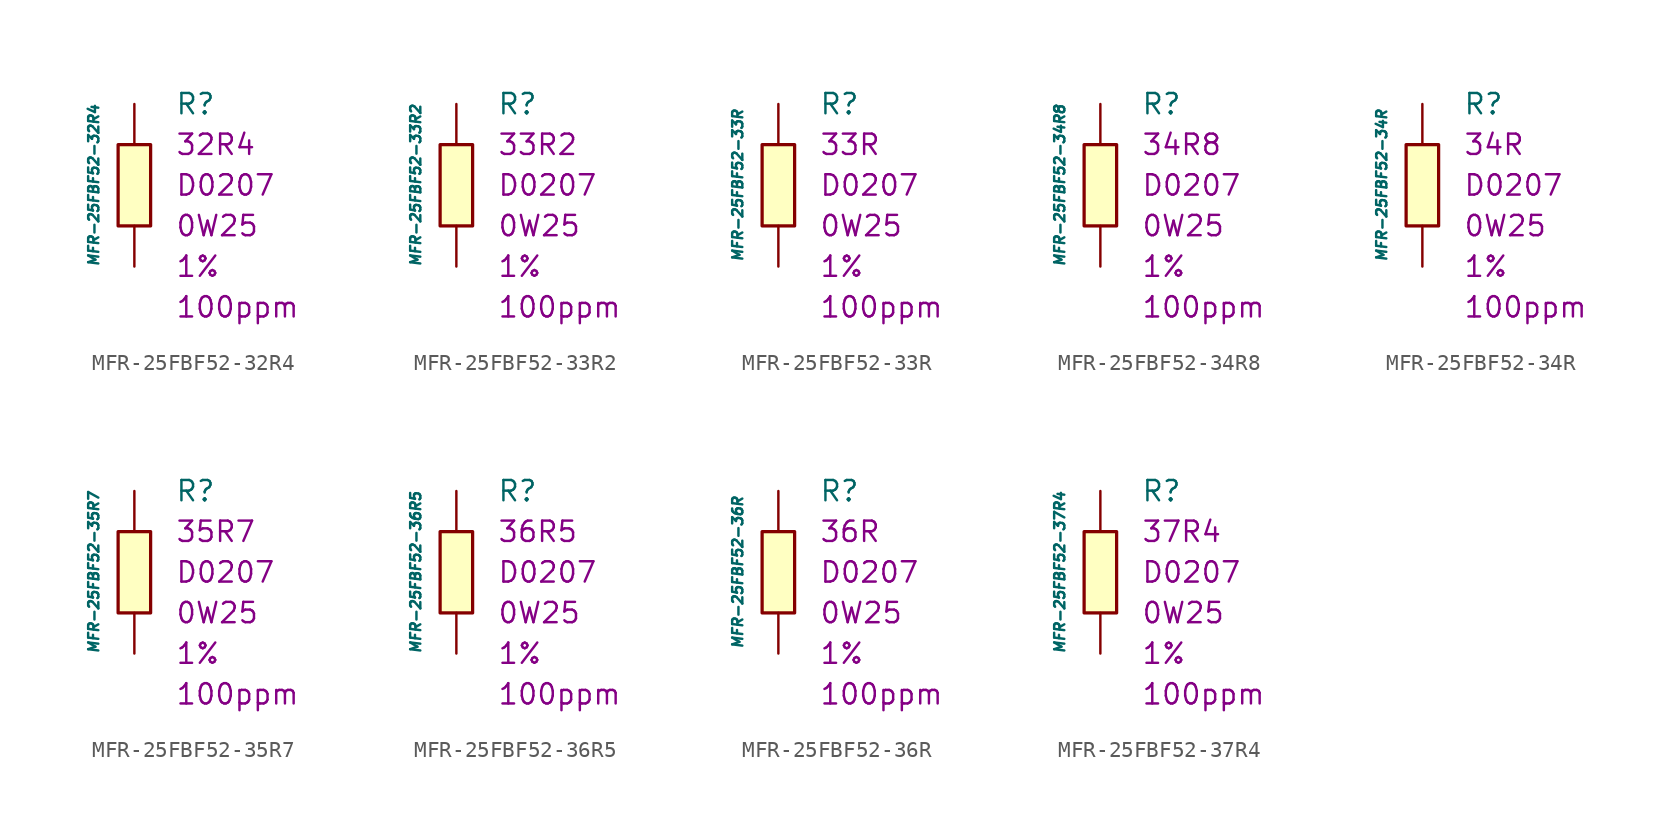
<source format=kicad_sym>
(kicad_symbol_lib
  (version 20211014)
  (generator kicad_symbol_editor)
  (symbol "MFR-25FBF52-32R4"
    (pin_numbers hide)
    (pin_names
      (offset 1.016) hide)
    (property "Reference" "R"
      (at 2.54 5.08 0)
      (effects (font (size 1.27 1.27)) (justify left)))
    (property "Value" "MFR-25FBF52-32R4"
      (at -2.54 0 90)
      (effects (font (size 0.635 0.635) italic)))
    (property "Package" "D0207"
      (at 2.54 0 0)
      (effects (font (size 1.27 1.27)) (justify left)))
    (property "Power" "0W25"
      (at 2.54 -2.54 0)
      (effects (font (size 1.27 1.27)) (justify left)))
    (property "Tolerance" "1%"
      (at 2.54 -5.08 0)
      (effects (font (size 1.27 1.27)) (justify left)))
    (property "TK" "100ppm"
      (at 2.54 -7.62 0)
      (effects (font (size 1.27 1.27)) (justify left)))
    (property "Val" "32R4"
      (at 2.54 2.54 0)
      (effects (font (size 1.27 1.27)) (justify left)))
    (symbol "MFR-25FBF52-32R4_0_1"
      (rectangle (start -1.016 2.54) (end 1.016 -2.54) (stroke (width 0.203) (type default) (color 0 0 0 0)) (fill (type background))))
    (symbol "MFR-25FBF52-32R4_1_1"
      (pin passive line (at 0 5.08 270) (length 2.54) (name "~" (effects (font (size 1.778 1.778)))) (number "1" (effects (font (size 1.778 1.778)))))
      (pin passive line (at 0 -5.08 90) (length 2.54) (name "~" (effects (font (size 1.778 1.778)))) (number "2" (effects (font (size 1.778 1.778)))))))
  (symbol "MFR-25FBF52-33R2"
    (pin_numbers hide)
    (pin_names
      (offset 1.016) hide)
    (property "Reference" "R"
      (at 2.54 5.08 0)
      (effects (font (size 1.27 1.27)) (justify left)))
    (property "Value" "MFR-25FBF52-33R2"
      (at -2.54 0 90)
      (effects (font (size 0.635 0.635) italic)))
    (property "Package" "D0207"
      (at 2.54 0 0)
      (effects (font (size 1.27 1.27)) (justify left)))
    (property "Power" "0W25"
      (at 2.54 -2.54 0)
      (effects (font (size 1.27 1.27)) (justify left)))
    (property "Tolerance" "1%"
      (at 2.54 -5.08 0)
      (effects (font (size 1.27 1.27)) (justify left)))
    (property "TK" "100ppm"
      (at 2.54 -7.62 0)
      (effects (font (size 1.27 1.27)) (justify left)))
    (property "Val" "33R2"
      (at 2.54 2.54 0)
      (effects (font (size 1.27 1.27)) (justify left)))
    (symbol "MFR-25FBF52-33R2_0_1"
      (rectangle (start -1.016 2.54) (end 1.016 -2.54) (stroke (width 0.203) (type default) (color 0 0 0 0)) (fill (type background))))
    (symbol "MFR-25FBF52-33R2_1_1"
      (pin passive line (at 0 5.08 270) (length 2.54) (name "~" (effects (font (size 1.778 1.778)))) (number "1" (effects (font (size 1.778 1.778)))))
      (pin passive line (at 0 -5.08 90) (length 2.54) (name "~" (effects (font (size 1.778 1.778)))) (number "2" (effects (font (size 1.778 1.778)))))))
  (symbol "MFR-25FBF52-33R"
    (pin_numbers hide)
    (pin_names
      (offset 1.016) hide)
    (property "Reference" "R"
      (at 2.54 5.08 0)
      (effects (font (size 1.27 1.27)) (justify left)))
    (property "Value" "MFR-25FBF52-33R"
      (at -2.54 0 90)
      (effects (font (size 0.635 0.635) italic)))
    (property "Package" "D0207"
      (at 2.54 0 0)
      (effects (font (size 1.27 1.27)) (justify left)))
    (property "Power" "0W25"
      (at 2.54 -2.54 0)
      (effects (font (size 1.27 1.27)) (justify left)))
    (property "Tolerance" "1%"
      (at 2.54 -5.08 0)
      (effects (font (size 1.27 1.27)) (justify left)))
    (property "TK" "100ppm"
      (at 2.54 -7.62 0)
      (effects (font (size 1.27 1.27)) (justify left)))
    (property "Val" "33R"
      (at 2.54 2.54 0)
      (effects (font (size 1.27 1.27)) (justify left)))
    (symbol "MFR-25FBF52-33R_0_1"
      (rectangle (start -1.016 2.54) (end 1.016 -2.54) (stroke (width 0.203) (type default) (color 0 0 0 0)) (fill (type background))))
    (symbol "MFR-25FBF52-33R_1_1"
      (pin passive line (at 0 5.08 270) (length 2.54) (name "~" (effects (font (size 1.778 1.778)))) (number "1" (effects (font (size 1.778 1.778)))))
      (pin passive line (at 0 -5.08 90) (length 2.54) (name "~" (effects (font (size 1.778 1.778)))) (number "2" (effects (font (size 1.778 1.778)))))))
  (symbol "MFR-25FBF52-34R8"
    (pin_numbers hide)
    (pin_names
      (offset 1.016) hide)
    (property "Reference" "R"
      (at 2.54 5.08 0)
      (effects (font (size 1.27 1.27)) (justify left)))
    (property "Value" "MFR-25FBF52-34R8"
      (at -2.54 0 90)
      (effects (font (size 0.635 0.635) italic)))
    (property "Package" "D0207"
      (at 2.54 0 0)
      (effects (font (size 1.27 1.27)) (justify left)))
    (property "Power" "0W25"
      (at 2.54 -2.54 0)
      (effects (font (size 1.27 1.27)) (justify left)))
    (property "Tolerance" "1%"
      (at 2.54 -5.08 0)
      (effects (font (size 1.27 1.27)) (justify left)))
    (property "TK" "100ppm"
      (at 2.54 -7.62 0)
      (effects (font (size 1.27 1.27)) (justify left)))
    (property "Val" "34R8"
      (at 2.54 2.54 0)
      (effects (font (size 1.27 1.27)) (justify left)))
    (symbol "MFR-25FBF52-34R8_0_1"
      (rectangle (start -1.016 2.54) (end 1.016 -2.54) (stroke (width 0.203) (type default) (color 0 0 0 0)) (fill (type background))))
    (symbol "MFR-25FBF52-34R8_1_1"
      (pin passive line (at 0 5.08 270) (length 2.54) (name "~" (effects (font (size 1.778 1.778)))) (number "1" (effects (font (size 1.778 1.778)))))
      (pin passive line (at 0 -5.08 90) (length 2.54) (name "~" (effects (font (size 1.778 1.778)))) (number "2" (effects (font (size 1.778 1.778)))))))
  (symbol "MFR-25FBF52-34R"
    (pin_numbers hide)
    (pin_names
      (offset 1.016) hide)
    (property "Reference" "R"
      (at 2.54 5.08 0)
      (effects (font (size 1.27 1.27)) (justify left)))
    (property "Value" "MFR-25FBF52-34R"
      (at -2.54 0 90)
      (effects (font (size 0.635 0.635) italic)))
    (property "Package" "D0207"
      (at 2.54 0 0)
      (effects (font (size 1.27 1.27)) (justify left)))
    (property "Power" "0W25"
      (at 2.54 -2.54 0)
      (effects (font (size 1.27 1.27)) (justify left)))
    (property "Tolerance" "1%"
      (at 2.54 -5.08 0)
      (effects (font (size 1.27 1.27)) (justify left)))
    (property "TK" "100ppm"
      (at 2.54 -7.62 0)
      (effects (font (size 1.27 1.27)) (justify left)))
    (property "Val" "34R"
      (at 2.54 2.54 0)
      (effects (font (size 1.27 1.27)) (justify left)))
    (symbol "MFR-25FBF52-34R_0_1"
      (rectangle (start -1.016 2.54) (end 1.016 -2.54) (stroke (width 0.203) (type default) (color 0 0 0 0)) (fill (type background))))
    (symbol "MFR-25FBF52-34R_1_1"
      (pin passive line (at 0 5.08 270) (length 2.54) (name "~" (effects (font (size 1.778 1.778)))) (number "1" (effects (font (size 1.778 1.778)))))
      (pin passive line (at 0 -5.08 90) (length 2.54) (name "~" (effects (font (size 1.778 1.778)))) (number "2" (effects (font (size 1.778 1.778)))))))
  (symbol "MFR-25FBF52-35R7"
    (pin_numbers hide)
    (pin_names
      (offset 1.016) hide)
    (property "Reference" "R"
      (at 2.54 5.08 0)
      (effects (font (size 1.27 1.27)) (justify left)))
    (property "Value" "MFR-25FBF52-35R7"
      (at -2.54 0 90)
      (effects (font (size 0.635 0.635) italic)))
    (property "Package" "D0207"
      (at 2.54 0 0)
      (effects (font (size 1.27 1.27)) (justify left)))
    (property "Power" "0W25"
      (at 2.54 -2.54 0)
      (effects (font (size 1.27 1.27)) (justify left)))
    (property "Tolerance" "1%"
      (at 2.54 -5.08 0)
      (effects (font (size 1.27 1.27)) (justify left)))
    (property "TK" "100ppm"
      (at 2.54 -7.62 0)
      (effects (font (size 1.27 1.27)) (justify left)))
    (property "Val" "35R7"
      (at 2.54 2.54 0)
      (effects (font (size 1.27 1.27)) (justify left)))
    (symbol "MFR-25FBF52-35R7_0_1"
      (rectangle (start -1.016 2.54) (end 1.016 -2.54) (stroke (width 0.203) (type default) (color 0 0 0 0)) (fill (type background))))
    (symbol "MFR-25FBF52-35R7_1_1"
      (pin passive line (at 0 5.08 270) (length 2.54) (name "~" (effects (font (size 1.778 1.778)))) (number "1" (effects (font (size 1.778 1.778)))))
      (pin passive line (at 0 -5.08 90) (length 2.54) (name "~" (effects (font (size 1.778 1.778)))) (number "2" (effects (font (size 1.778 1.778)))))))
  (symbol "MFR-25FBF52-36R5"
    (pin_numbers hide)
    (pin_names
      (offset 1.016) hide)
    (property "Reference" "R"
      (at 2.54 5.08 0)
      (effects (font (size 1.27 1.27)) (justify left)))
    (property "Value" "MFR-25FBF52-36R5"
      (at -2.54 0 90)
      (effects (font (size 0.635 0.635) italic)))
    (property "Package" "D0207"
      (at 2.54 0 0)
      (effects (font (size 1.27 1.27)) (justify left)))
    (property "Power" "0W25"
      (at 2.54 -2.54 0)
      (effects (font (size 1.27 1.27)) (justify left)))
    (property "Tolerance" "1%"
      (at 2.54 -5.08 0)
      (effects (font (size 1.27 1.27)) (justify left)))
    (property "TK" "100ppm"
      (at 2.54 -7.62 0)
      (effects (font (size 1.27 1.27)) (justify left)))
    (property "Val" "36R5"
      (at 2.54 2.54 0)
      (effects (font (size 1.27 1.27)) (justify left)))
    (symbol "MFR-25FBF52-36R5_0_1"
      (rectangle (start -1.016 2.54) (end 1.016 -2.54) (stroke (width 0.203) (type default) (color 0 0 0 0)) (fill (type background))))
    (symbol "MFR-25FBF52-36R5_1_1"
      (pin passive line (at 0 5.08 270) (length 2.54) (name "~" (effects (font (size 1.778 1.778)))) (number "1" (effects (font (size 1.778 1.778)))))
      (pin passive line (at 0 -5.08 90) (length 2.54) (name "~" (effects (font (size 1.778 1.778)))) (number "2" (effects (font (size 1.778 1.778)))))))
  (symbol "MFR-25FBF52-36R"
    (pin_numbers hide)
    (pin_names
      (offset 1.016) hide)
    (property "Reference" "R"
      (at 2.54 5.08 0)
      (effects (font (size 1.27 1.27)) (justify left)))
    (property "Value" "MFR-25FBF52-36R"
      (at -2.54 0 90)
      (effects (font (size 0.635 0.635) italic)))
    (property "Package" "D0207"
      (at 2.54 0 0)
      (effects (font (size 1.27 1.27)) (justify left)))
    (property "Power" "0W25"
      (at 2.54 -2.54 0)
      (effects (font (size 1.27 1.27)) (justify left)))
    (property "Tolerance" "1%"
      (at 2.54 -5.08 0)
      (effects (font (size 1.27 1.27)) (justify left)))
    (property "TK" "100ppm"
      (at 2.54 -7.62 0)
      (effects (font (size 1.27 1.27)) (justify left)))
    (property "Val" "36R"
      (at 2.54 2.54 0)
      (effects (font (size 1.27 1.27)) (justify left)))
    (symbol "MFR-25FBF52-36R_0_1"
      (rectangle (start -1.016 2.54) (end 1.016 -2.54) (stroke (width 0.203) (type default) (color 0 0 0 0)) (fill (type background))))
    (symbol "MFR-25FBF52-36R_1_1"
      (pin passive line (at 0 5.08 270) (length 2.54) (name "~" (effects (font (size 1.778 1.778)))) (number "1" (effects (font (size 1.778 1.778)))))
      (pin passive line (at 0 -5.08 90) (length 2.54) (name "~" (effects (font (size 1.778 1.778)))) (number "2" (effects (font (size 1.778 1.778)))))))
  (symbol "MFR-25FBF52-37R4"
    (pin_numbers hide)
    (pin_names
      (offset 1.016) hide)
    (property "Reference" "R"
      (at 2.54 5.08 0)
      (effects (font (size 1.27 1.27)) (justify left)))
    (property "Value" "MFR-25FBF52-37R4"
      (at -2.54 0 90)
      (effects (font (size 0.635 0.635) italic)))
    (property "Package" "D0207"
      (at 2.54 0 0)
      (effects (font (size 1.27 1.27)) (justify left)))
    (property "Power" "0W25"
      (at 2.54 -2.54 0)
      (effects (font (size 1.27 1.27)) (justify left)))
    (property "Tolerance" "1%"
      (at 2.54 -5.08 0)
      (effects (font (size 1.27 1.27)) (justify left)))
    (property "TK" "100ppm"
      (at 2.54 -7.62 0)
      (effects (font (size 1.27 1.27)) (justify left)))
    (property "Val" "37R4"
      (at 2.54 2.54 0)
      (effects (font (size 1.27 1.27)) (justify left)))
    (symbol "MFR-25FBF52-37R4_0_1"
      (rectangle (start -1.016 2.54) (end 1.016 -2.54) (stroke (width 0.203) (type default) (color 0 0 0 0)) (fill (type background))))
    (symbol "MFR-25FBF52-37R4_1_1"
      (pin passive line (at 0 5.08 270) (length 2.54) (name "~" (effects (font (size 1.778 1.778)))) (number "1" (effects (font (size 1.778 1.778)))))
      (pin passive line (at 0 -5.08 90) (length 2.54) (name "~" (effects (font (size 1.778 1.778)))) (number "2" (effects (font (size 1.778 1.778))))))))
</source>
